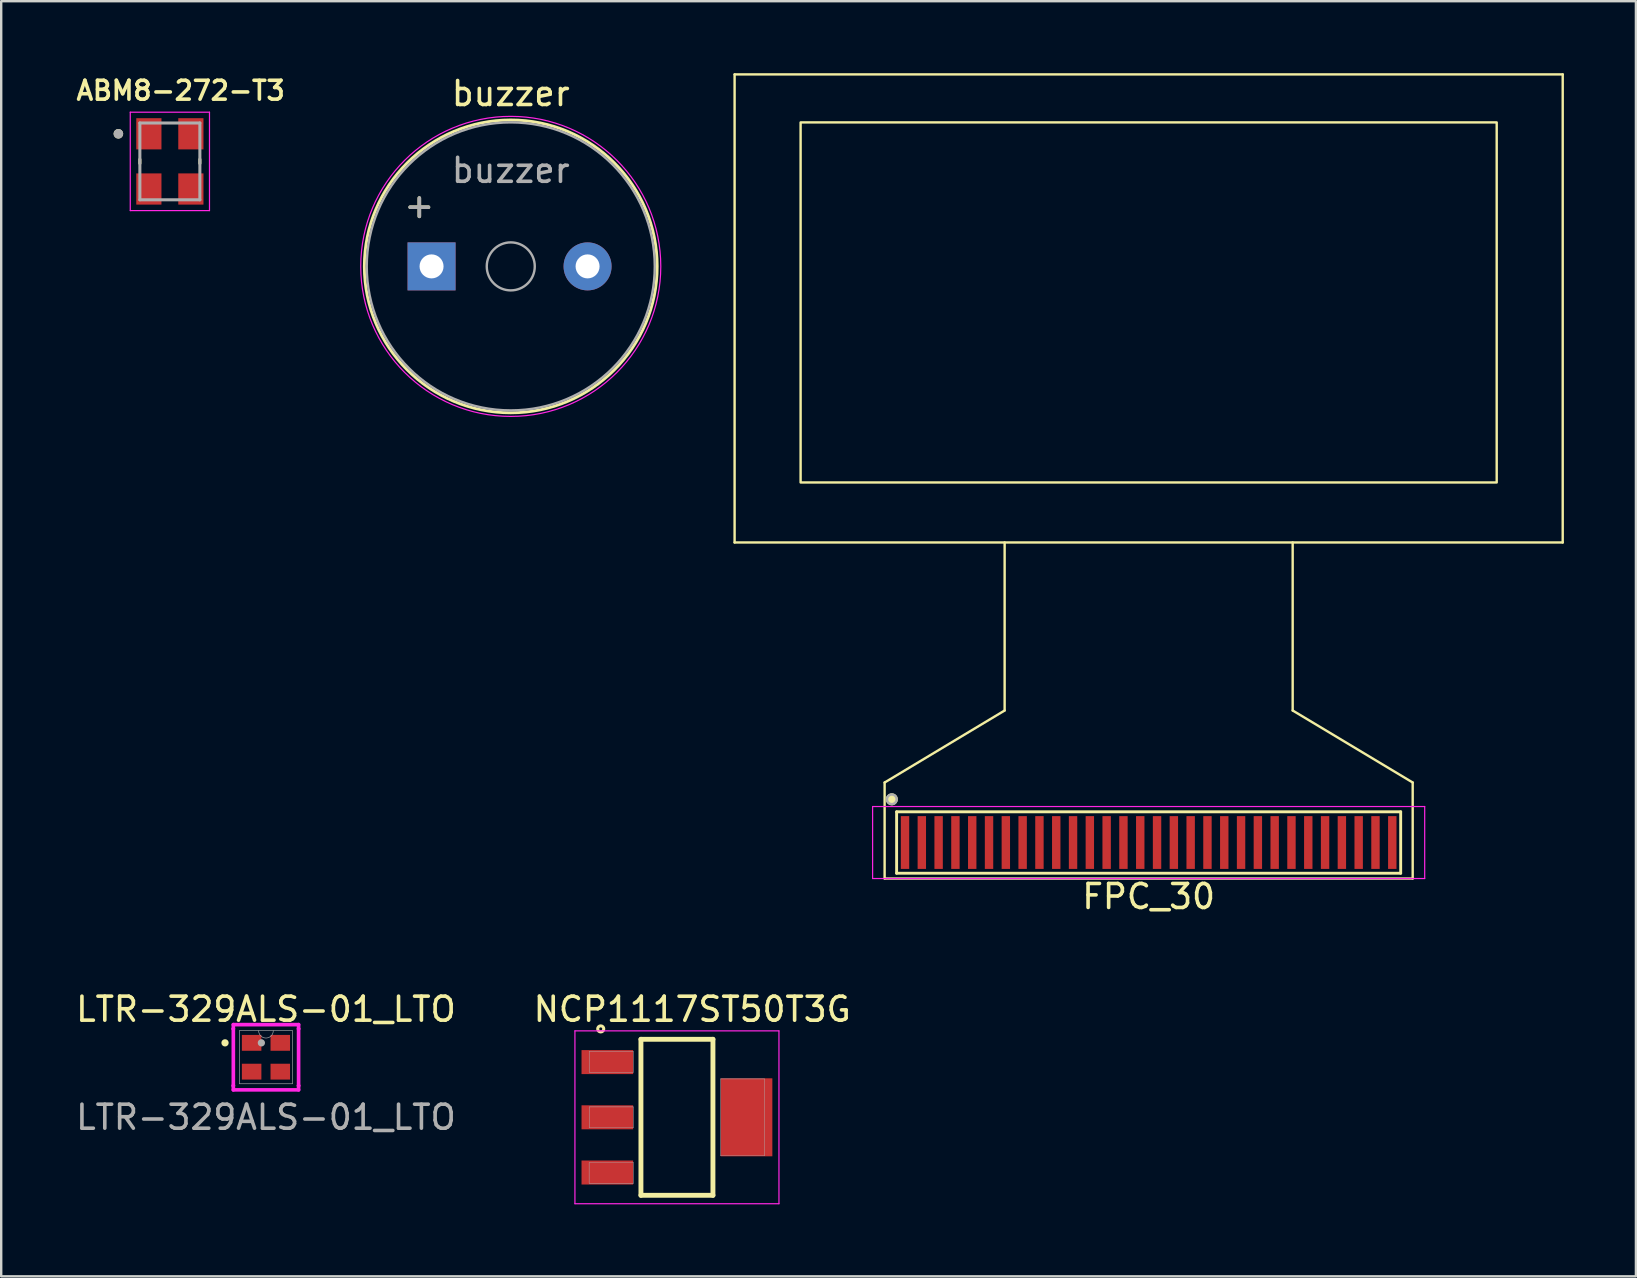
<source format=kicad_pcb>
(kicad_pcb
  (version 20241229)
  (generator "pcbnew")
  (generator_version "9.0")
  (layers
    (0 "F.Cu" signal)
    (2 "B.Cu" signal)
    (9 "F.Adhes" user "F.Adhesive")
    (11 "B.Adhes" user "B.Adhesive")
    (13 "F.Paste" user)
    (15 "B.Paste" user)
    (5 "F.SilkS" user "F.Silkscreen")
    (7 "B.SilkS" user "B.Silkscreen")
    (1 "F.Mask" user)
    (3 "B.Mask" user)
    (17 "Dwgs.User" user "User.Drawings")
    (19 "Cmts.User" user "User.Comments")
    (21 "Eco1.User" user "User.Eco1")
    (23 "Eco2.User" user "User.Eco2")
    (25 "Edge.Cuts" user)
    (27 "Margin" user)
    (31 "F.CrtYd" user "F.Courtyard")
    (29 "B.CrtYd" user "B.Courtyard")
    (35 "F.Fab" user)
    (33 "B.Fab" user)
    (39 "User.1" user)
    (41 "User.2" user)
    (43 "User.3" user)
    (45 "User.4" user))
  (footprint "NCP1117ST50T3G"
    (layer "F.Cu")
    (at 25.152 43.498)
    (property "Reference" "NCP1117ST50T3G" (at 0.636 -4.501 0) (layer "F.SilkS") (effects (font (size 1.001 1.001) (thickness 0.15))))
    (attr smd)
    (fp_line (start -1.5 -3.25) (end 1.5 -3.25) (stroke (width 0.203) (type solid)) (layer "F.SilkS"))
    (fp_line (start -1.5 3.25) (end -1.5 -3.25) (stroke (width 0.203) (type solid)) (layer "F.SilkS"))
    (fp_line (start 1.5 -3.25) (end 1.5 3.25) (stroke (width 0.203) (type solid)) (layer "F.SilkS"))
    (fp_line (start 1.5 3.25) (end -1.5 3.25) (stroke (width 0.203) (type solid)) (layer "F.SilkS"))
    (fp_circle (center -3.175 -3.683) (end -3.048 -3.683) (stroke (width 0.127) (type solid)) (fill no) (layer "F.SilkS"))
    (fp_line (start -4.25 -3.6) (end 4.25 -3.6) (stroke (width 0.05) (type solid)) (layer "F.CrtYd"))
    (fp_line (start -4.25 3.6) (end -4.25 -3.6) (stroke (width 0.05) (type solid)) (layer "F.CrtYd"))
    (fp_line (start 4.25 -3.6) (end 4.25 3.6) (stroke (width 0.05) (type solid)) (layer "F.CrtYd"))
    (fp_line (start 4.25 3.6) (end -4.25 3.6) (stroke (width 0.05) (type solid)) (layer "F.CrtYd"))
    (fp_poly (pts (xy -1.807 -2.747) (xy -1.807 -1.878) (xy -3.659 -1.878) (xy -3.659 -2.747)) (stroke (width 0.01) (type solid)) (fill no) (layer "F.Fab"))
    (fp_poly (pts (xy -1.806 -2.746) (xy -1.806 -1.879) (xy -3.659 -1.879) (xy -3.659 -2.746)) (stroke (width 0.01) (type solid)) (fill no) (layer "F.Fab"))
    (fp_poly (pts (xy -1.804 -0.432) (xy -1.804 0.433) (xy -3.659 0.433) (xy -3.659 -0.432)) (stroke (width 0.01) (type solid)) (fill no) (layer "F.Fab"))
    (fp_poly (pts (xy -1.804 -0.432) (xy -1.804 0.433) (xy -3.658 0.433) (xy -3.658 -0.432)) (stroke (width 0.01) (type solid)) (fill no) (layer "F.Fab"))
    (fp_poly (pts (xy -1.803 1.88) (xy -1.803 2.746) (xy -3.66 2.746) (xy -3.66 1.88)) (stroke (width 0.01) (type solid)) (fill no) (layer "F.Fab"))
    (fp_poly (pts (xy -1.803 1.88) (xy -1.803 2.746) (xy -3.661 2.746) (xy -3.661 1.88)) (stroke (width 0.01) (type solid)) (fill no) (layer "F.Fab"))
    (fp_poly (pts (xy 3.659 -1.599) (xy 3.659 1.6) (xy 1.804 1.6) (xy 1.804 -1.599)) (stroke (width 0.01) (type solid)) (fill no) (layer "F.Fab"))
    (fp_poly (pts (xy 3.66 -1.598) (xy 3.66 1.6) (xy 1.804 1.6) (xy 1.804 -1.598)) (stroke (width 0.01) (type solid)) (fill no) (layer "F.Fab"))
    (pad "1" smd rect (at -2.9 -2.3) (size 2.15 1) (layers "F.Cu" "F.Mask" "F.Paste"))
    (pad "2" smd rect (at -2.9 0) (size 2.15 1) (layers "F.Cu" "F.Mask" "F.Paste"))
    (pad "3" smd rect (at -2.9 2.3) (size 2.15 1) (layers "F.Cu" "F.Mask" "F.Paste"))
    (pad "4" smd rect (at 2.9 0) (size 2.15 3.25) (layers "F.Cu" "F.Mask" "F.Paste")))
  (footprint "buzzer"
    (layer "F.Cu")
    (at 14.429 8.048)
    (property "Reference" "buzzer" (at 3.8 -7.2 0) (layer "F.SilkS") (effects (font (size 1 1) (thickness 0.15))))
    (attr through_hole)
    (fp_circle (center 3.8 0) (end 9.9 0) (stroke (width 0.12) (type solid)) (fill no) (layer "F.SilkS"))
    (fp_circle (center 3.8 0) (end 10.05 0) (stroke (width 0.05) (type solid)) (fill no) (layer "F.CrtYd"))
    (fp_circle (center 3.8 0) (end 4.8 0) (stroke (width 0.1) (type solid)) (fill no) (layer "F.Fab"))
    (fp_circle (center 3.8 0) (end 9.8 0) (stroke (width 0.1) (type solid)) (fill no) (layer "F.Fab"))
    (fp_text user "+" (at -0.01 -2.54 0) (layer "F.SilkS") (effects (font (size 1 1) (thickness 0.15))))
    (fp_text user "+" (at -0.01 -2.54 0) (layer "F.Fab") (effects (font (size 1 1) (thickness 0.15))))
    (fp_text user "${REFERENCE}" (at 3.8 -4 0) (layer "F.Fab") (effects (font (size 1 1) (thickness 0.15))))
    (pad "1" thru_hole rect (at 0.5 0) (size 2 2) (drill 1) (layers "*.Cu" "*.Mask"))
    (pad "2" thru_hole circle (at 7 0) (size 2 2) (drill 1) (layers "*.Cu" "*.Mask")))
  (footprint "ABM8-272-T3"
    (layer "F.Cu")
    (at 4.027 3.674)
    (property "Reference" "ABM8-272-T3" (at 0.45 -2.95 0) (layer "F.SilkS") (effects (font (size 0.787 0.787) (thickness 0.15))))
    (attr smd)
    (fp_line (start -1.25 -0.085) (end -1.25 0.085) (stroke (width 0.127) (type solid)) (layer "F.SilkS"))
    (fp_line (start 1.25 -0.085) (end 1.25 0.085) (stroke (width 0.127) (type solid)) (layer "F.SilkS"))
    (fp_circle (center -2.145 -1.15) (end -2.045 -1.15) (stroke (width 0.2) (type solid)) (fill no) (layer "F.SilkS"))
    (fp_line (start -1.65 -2.05) (end -1.65 2.05) (stroke (width 0.05) (type solid)) (layer "F.CrtYd"))
    (fp_line (start -1.65 2.05) (end 1.65 2.05) (stroke (width 0.05) (type solid)) (layer "F.CrtYd"))
    (fp_line (start 1.65 -2.05) (end -1.65 -2.05) (stroke (width 0.05) (type solid)) (layer "F.CrtYd"))
    (fp_line (start 1.65 2.05) (end 1.65 -2.05) (stroke (width 0.05) (type solid)) (layer "F.CrtYd"))
    (fp_line (start -1.25 -1.6) (end -1.25 1.6) (stroke (width 0.127) (type solid)) (layer "F.Fab"))
    (fp_line (start -1.25 1.6) (end 1.25 1.6) (stroke (width 0.127) (type solid)) (layer "F.Fab"))
    (fp_line (start 1.25 -1.6) (end -1.25 -1.6) (stroke (width 0.127) (type solid)) (layer "F.Fab"))
    (fp_line (start 1.25 1.6) (end 1.25 -1.6) (stroke (width 0.127) (type solid)) (layer "F.Fab"))
    (fp_circle (center -2.145 -1.15) (end -2.045 -1.15) (stroke (width 0.2) (type solid)) (fill no) (layer "F.Fab"))
    (pad "1" smd rect (at -0.875 -1.15) (size 1.05 1.3) (layers "F.Cu" "F.Mask" "F.Paste"))
    (pad "2" smd rect (at -0.875 1.15) (size 1.05 1.3) (layers "F.Cu" "F.Mask" "F.Paste"))
    (pad "3" smd rect (at 0.875 1.15) (size 1.05 1.3) (layers "F.Cu" "F.Mask" "F.Paste"))
    (pad "4" smd rect (at 0.875 -1.15) (size 1.05 1.3) (layers "F.Cu" "F.Mask" "F.Paste")))
  (footprint "FPC_30"
    (layer "F.Cu")
    (at 44.804 32.05)
    (property "Reference" "FPC_30" (at 0 2.25 0) (layer "F.SilkS") (effects (font (size 1 1) (thickness 0.15))))
    (attr smd)
    (fp_line (start -17.25 -32) (end 17.25 -32) (stroke (width 0.1) (type default)) (layer "F.SilkS"))
    (fp_line (start -17.25 -12.5) (end -17.25 -32) (stroke (width 0.1) (type default)) (layer "F.SilkS"))
    (fp_line (start -11 -2.5) (end -6 -5.5) (stroke (width 0.1) (type default)) (layer "F.SilkS"))
    (fp_line (start -11 1.5) (end -11 -2.5) (stroke (width 0.1) (type default)) (layer "F.SilkS"))
    (fp_line (start -11 1.5) (end 11 1.5) (stroke (width 0.1) (type default)) (layer "F.SilkS"))
    (fp_line (start -10.5 -1.28) (end 10.5 -1.28) (stroke (width 0.12) (type default)) (layer "F.SilkS"))
    (fp_line (start -10.5 1.28) (end -10.5 -1.28) (stroke (width 0.12) (type default)) (layer "F.SilkS"))
    (fp_line (start -10.5 1.28) (end 10.5 1.28) (stroke (width 0.12) (type default)) (layer "F.SilkS"))
    (fp_line (start -6 -5.5) (end -6 -12.5) (stroke (width 0.1) (type default)) (layer "F.SilkS"))
    (fp_line (start 6 -5.5) (end 6 -12.5) (stroke (width 0.1) (type default)) (layer "F.SilkS"))
    (fp_line (start 10.5 1.28) (end 10.5 -1.28) (stroke (width 0.12) (type default)) (layer "F.SilkS"))
    (fp_line (start 11 -2.5) (end 6 -5.5) (stroke (width 0.1) (type default)) (layer "F.SilkS"))
    (fp_line (start 11 1.5) (end 11 -2.5) (stroke (width 0.1) (type default)) (layer "F.SilkS"))
    (fp_line (start 17.25 -32) (end 17.25 -12.5) (stroke (width 0.1) (type default)) (layer "F.SilkS"))
    (fp_line (start 17.25 -12.5) (end -17.25 -12.5) (stroke (width 0.1) (type default)) (layer "F.SilkS"))
    (fp_rect (start -14.5 -30) (end 14.5 -15) (stroke (width 0.1) (type default)) (fill no) (layer "F.SilkS"))
    (fp_circle (center -10.7 -1.8) (end -10.5 -1.8) (stroke (width 0.1) (type solid)) (fill yes) (layer "F.SilkS"))
    (fp_line (start -11.5 -1.5) (end -11.5 1.5) (stroke (width 0.05) (type default)) (layer "F.CrtYd"))
    (fp_line (start -11.5 -1.5) (end 11.5 -1.5) (stroke (width 0.05) (type default)) (layer "F.CrtYd"))
    (fp_line (start -11.5 1.5) (end 11.5 1.5) (stroke (width 0.05) (type default)) (layer "F.CrtYd"))
    (fp_line (start 11.5 -1.5) (end 11.5 1.5) (stroke (width 0.05) (type default)) (layer "F.CrtYd"))
    (fp_circle (center -10.7 -1.8) (end -10.5 -1.8) (stroke (width 0.1) (type solid)) (fill no) (layer "F.Fab"))
    (pad "1" smd rect (at -10.15 0) (size 0.35 2.2) (layers "F.Cu" "F.Mask" "F.Paste"))
    (pad "2" smd rect (at -9.45 0) (size 0.35 2.2) (layers "F.Cu" "F.Mask" "F.Paste"))
    (pad "3" smd rect (at -8.75 0) (size 0.35 2.2) (layers "F.Cu" "F.Mask" "F.Paste"))
    (pad "4" smd rect (at -8.05 0) (size 0.35 2.2) (layers "F.Cu" "F.Mask" "F.Paste"))
    (pad "5" smd rect (at -7.35 0) (size 0.35 2.2) (layers "F.Cu" "F.Mask" "F.Paste"))
    (pad "6" smd rect (at -6.65 0) (size 0.35 2.2) (layers "F.Cu" "F.Mask" "F.Paste"))
    (pad "7" smd rect (at -5.95 0) (size 0.35 2.2) (layers "F.Cu" "F.Mask" "F.Paste"))
    (pad "8" smd rect (at -5.25 0) (size 0.35 2.2) (layers "F.Cu" "F.Mask" "F.Paste"))
    (pad "9" smd rect (at -4.55 0) (size 0.35 2.2) (layers "F.Cu" "F.Mask" "F.Paste"))
    (pad "10" smd rect (at -3.85 0) (size 0.35 2.2) (layers "F.Cu" "F.Mask" "F.Paste"))
    (pad "11" smd rect (at -3.15 0) (size 0.35 2.2) (layers "F.Cu" "F.Mask" "F.Paste"))
    (pad "12" smd rect (at -2.45 0) (size 0.35 2.2) (layers "F.Cu" "F.Mask" "F.Paste"))
    (pad "13" smd rect (at -1.75 0) (size 0.35 2.2) (layers "F.Cu" "F.Mask" "F.Paste"))
    (pad "14" smd rect (at -1.05 0) (size 0.35 2.2) (layers "F.Cu" "F.Mask" "F.Paste"))
    (pad "15" smd rect (at -0.35 0) (size 0.35 2.2) (layers "F.Cu" "F.Mask" "F.Paste"))
    (pad "16" smd rect (at 0.35 0) (size 0.35 2.2) (layers "F.Cu" "F.Mask" "F.Paste"))
    (pad "17" smd rect (at 1.05 0) (size 0.35 2.2) (layers "F.Cu" "F.Mask" "F.Paste"))
    (pad "18" smd rect (at 1.75 0) (size 0.35 2.2) (layers "F.Cu" "F.Mask" "F.Paste"))
    (pad "19" smd rect (at 2.45 0) (size 0.35 2.2) (layers "F.Cu" "F.Mask" "F.Paste"))
    (pad "20" smd rect (at 3.15 0) (size 0.35 2.2) (layers "F.Cu" "F.Mask" "F.Paste"))
    (pad "21" smd rect (at 3.85 0) (size 0.35 2.2) (layers "F.Cu" "F.Mask" "F.Paste"))
    (pad "22" smd rect (at 4.55 0) (size 0.35 2.2) (layers "F.Cu" "F.Mask" "F.Paste"))
    (pad "23" smd rect (at 5.25 0) (size 0.35 2.2) (layers "F.Cu" "F.Mask" "F.Paste"))
    (pad "24" smd rect (at 5.95 0) (size 0.35 2.2) (layers "F.Cu" "F.Mask" "F.Paste"))
    (pad "25" smd rect (at 6.65 0) (size 0.35 2.2) (layers "F.Cu" "F.Mask" "F.Paste"))
    (pad "26" smd rect (at 7.35 0) (size 0.35 2.2) (layers "F.Cu" "F.Mask" "F.Paste"))
    (pad "27" smd rect (at 8.05 0) (size 0.35 2.2) (layers "F.Cu" "F.Mask" "F.Paste"))
    (pad "28" smd rect (at 8.75 0) (size 0.35 2.2) (layers "F.Cu" "F.Mask" "F.Paste"))
    (pad "29" smd rect (at 9.45 0) (size 0.35 2.2) (layers "F.Cu" "F.Mask" "F.Paste"))
    (pad "30" smd rect (at 10.15 0) (size 0.35 2.2) (layers "F.Cu" "F.Mask" "F.Paste")))
  (footprint "LTR-329ALS-01_LTO"
    (layer "F.Cu")
    (at 8.03 40.996)
    (property "Reference" "LTR-329ALS-01_LTO" (at 0 -2 0) (unlocked yes) (layer "F.SilkS") (effects (font (size 1 1) (thickness 0.15))))
    (attr smd)
    (fp_circle (center -1.705 -0.6) (end -1.629 -0.6) (stroke (width 0.152) (type solid)) (fill no) (layer "F.SilkS"))
    (fp_line (start -1.359 -1.359) (end 1.359 -1.359) (stroke (width 0.152) (type solid)) (layer "F.CrtYd"))
    (fp_line (start -1.359 -1.184) (end -1.359 -1.359) (stroke (width 0.152) (type solid)) (layer "F.CrtYd"))
    (fp_line (start -1.359 -1.184) (end -1.359 -1.184) (stroke (width 0.152) (type solid)) (layer "F.CrtYd"))
    (fp_line (start -1.359 1.184) (end -1.359 -1.184) (stroke (width 0.152) (type solid)) (layer "F.CrtYd"))
    (fp_line (start -1.359 1.184) (end -1.359 1.184) (stroke (width 0.152) (type solid)) (layer "F.CrtYd"))
    (fp_line (start -1.359 1.359) (end -1.359 1.184) (stroke (width 0.152) (type solid)) (layer "F.CrtYd"))
    (fp_line (start 1.359 -1.359) (end 1.359 -1.184) (stroke (width 0.152) (type solid)) (layer "F.CrtYd"))
    (fp_line (start 1.359 -1.184) (end 1.359 -1.184) (stroke (width 0.152) (type solid)) (layer "F.CrtYd"))
    (fp_line (start 1.359 -1.184) (end 1.359 1.184) (stroke (width 0.152) (type solid)) (layer "F.CrtYd"))
    (fp_line (start 1.359 1.184) (end 1.359 1.184) (stroke (width 0.152) (type solid)) (layer "F.CrtYd"))
    (fp_line (start 1.359 1.184) (end 1.359 1.359) (stroke (width 0.152) (type solid)) (layer "F.CrtYd"))
    (fp_line (start 1.359 1.359) (end -1.359 1.359) (stroke (width 0.152) (type solid)) (layer "F.CrtYd"))
    (fp_line (start -1.105 -1.105) (end -1.105 1.105) (stroke (width 0.025) (type solid)) (layer "F.Fab"))
    (fp_line (start -1.105 1.105) (end 1.105 1.105) (stroke (width 0.025) (type solid)) (layer "F.Fab"))
    (fp_line (start 1.105 -1.105) (end -1.105 -1.105) (stroke (width 0.025) (type solid)) (layer "F.Fab"))
    (fp_line (start 1.105 1.105) (end 1.105 -1.105) (stroke (width 0.025) (type solid)) (layer "F.Fab"))
    (fp_arc (start 0.3048 -1.1049) (mid 0 -0.8001) (end -0.3048 -1.1049) (stroke (width 0.0254) (type solid)) (layer "F.Fab"))
    (fp_circle (center -0.191 -0.6) (end -0.191 -0.6) (stroke (width 0.152) (type solid)) (fill no) (layer "F.Fab"))
    (fp_text user "${REFERENCE}" (at 0 2.5 0) (unlocked yes) (layer "F.Fab") (effects (font (size 1 1) (thickness 0.15))))
    (pad "1" smd rect (at -0.597 -0.6) (size 0.813 0.66) (layers "F.Cu" "F.Mask" "F.Paste"))
    (pad "2" smd rect (at -0.597 0.6) (size 0.813 0.66) (layers "F.Cu" "F.Mask" "F.Paste"))
    (pad "3" smd rect (at 0.597 0.6) (size 0.813 0.66) (layers "F.Cu" "F.Mask" "F.Paste"))
    (pad "4" smd rect (at 0.597 -0.6) (size 0.813 0.66) (layers "F.Cu" "F.Mask" "F.Paste")))
  (gr_rect
    (start -3 -3)
    (end 65.104 50.123)
    (stroke (width 0.1) (type default))
    (fill no)
    (layer "Edge.Cuts")))
</source>
